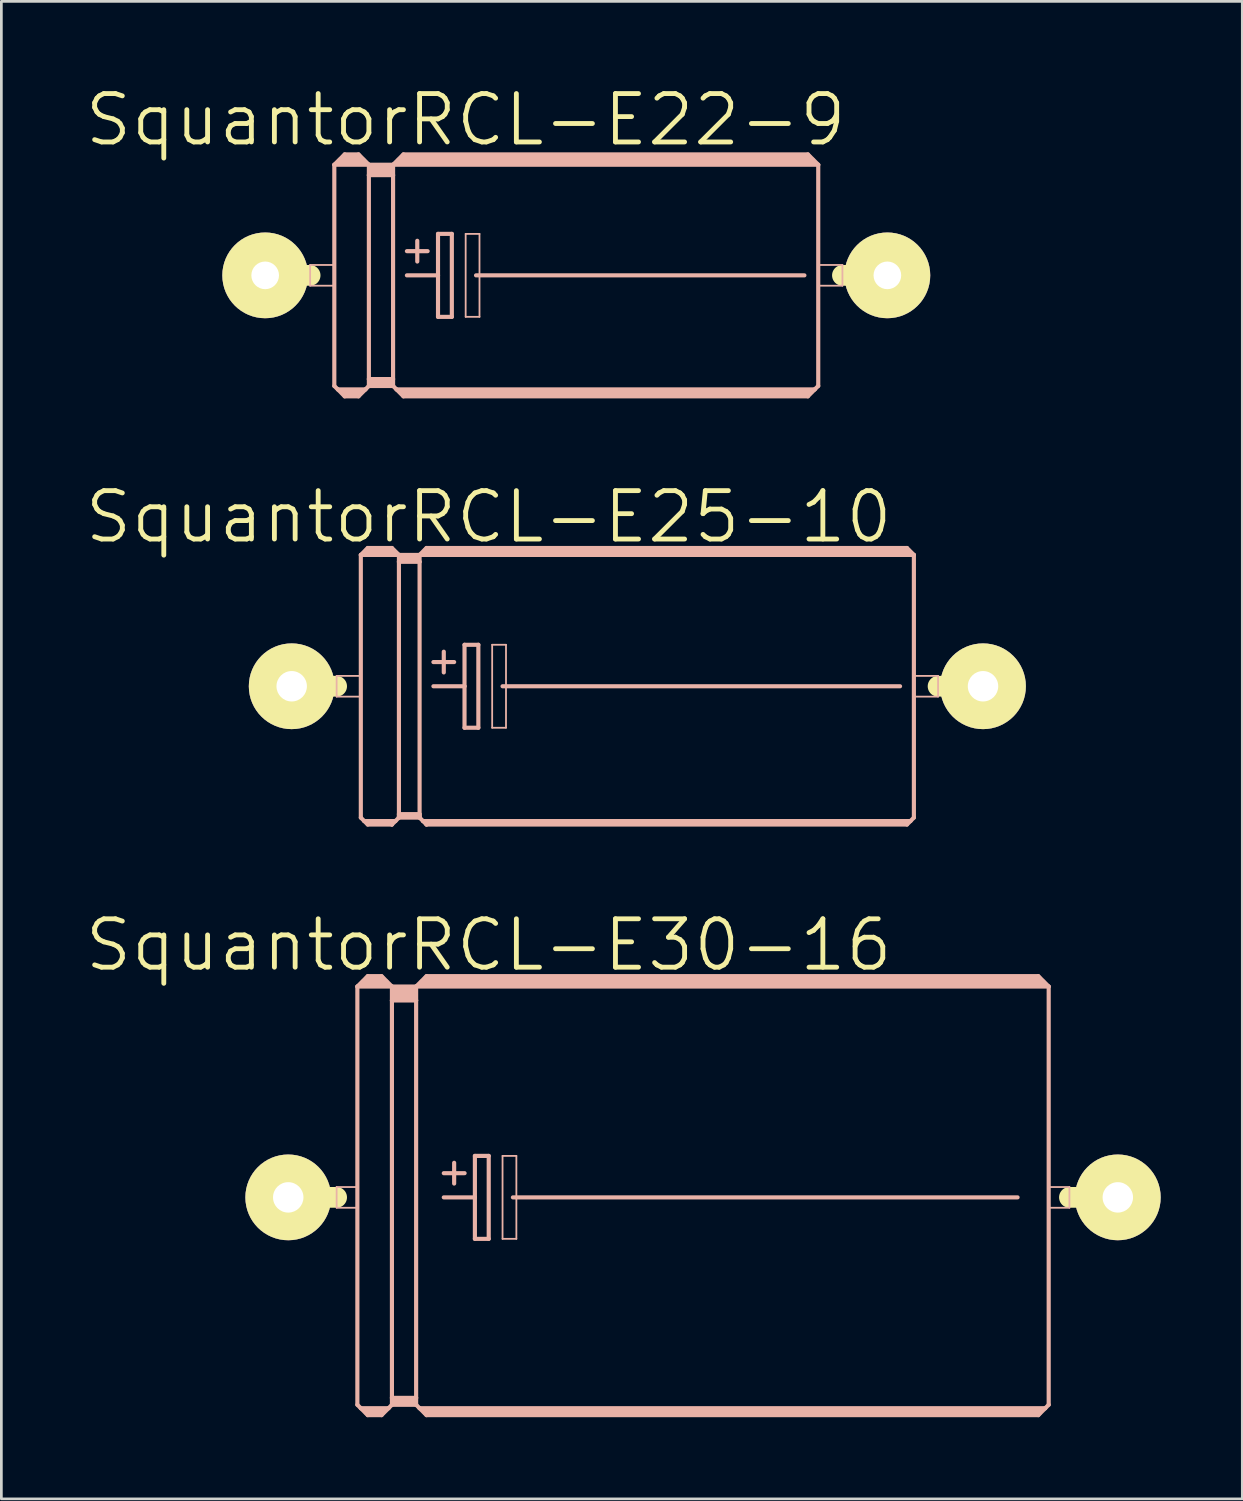
<source format=kicad_pcb>
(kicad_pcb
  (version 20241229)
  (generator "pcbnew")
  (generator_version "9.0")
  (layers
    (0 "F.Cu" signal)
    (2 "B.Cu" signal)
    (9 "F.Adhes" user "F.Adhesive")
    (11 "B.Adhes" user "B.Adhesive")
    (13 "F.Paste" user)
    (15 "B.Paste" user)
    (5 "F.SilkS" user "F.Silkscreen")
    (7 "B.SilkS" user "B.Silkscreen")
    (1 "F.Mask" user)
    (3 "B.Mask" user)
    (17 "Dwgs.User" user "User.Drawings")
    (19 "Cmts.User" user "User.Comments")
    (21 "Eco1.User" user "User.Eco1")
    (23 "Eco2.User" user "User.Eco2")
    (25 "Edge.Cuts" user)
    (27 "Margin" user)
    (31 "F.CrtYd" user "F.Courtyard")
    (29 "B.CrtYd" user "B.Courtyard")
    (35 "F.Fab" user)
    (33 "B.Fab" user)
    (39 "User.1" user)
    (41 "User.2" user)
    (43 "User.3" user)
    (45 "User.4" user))
  (footprint "SquantorRCL-E25-10"
    (layer "F.Cu")
    (at 20.367 22.164)
    (property "Reference" "SquantorRCL-E25-10" (at -5.461 -6.223 0) (layer "F.SilkS") (effects (font (size 1.778 1.778) (thickness 0.178))))
    (attr exclude_from_pos_files exclude_from_bom)
    (fp_line (start -12.7 0) (end -11.049 0) (stroke (width 0.762) (type solid)) (layer "F.SilkS"))
    (fp_line (start 12.7 0) (end 11.049 0) (stroke (width 0.762) (type solid)) (layer "F.SilkS"))
    (fp_line (start -11.049 -0.381) (end -10.16 -0.381) (stroke (width 0.066) (type solid)) (layer "B.SilkS"))
    (fp_line (start -11.049 0.381) (end -11.049 -0.381) (stroke (width 0.066) (type solid)) (layer "B.SilkS"))
    (fp_line (start -11.049 0.381) (end -10.16 0.381) (stroke (width 0.066) (type solid)) (layer "B.SilkS"))
    (fp_line (start -10.16 -4.826) (end -10.16 4.826) (stroke (width 0.152) (type solid)) (layer "B.SilkS"))
    (fp_line (start -10.16 -4.826) (end -9.906 -5.08) (stroke (width 0.152) (type solid)) (layer "B.SilkS"))
    (fp_line (start -10.16 -4.826) (end -8.76 -4.826) (stroke (width 0.152) (type solid)) (layer "B.SilkS"))
    (fp_line (start -10.16 0.381) (end -10.16 -0.381) (stroke (width 0.066) (type solid)) (layer "B.SilkS"))
    (fp_line (start -10.16 4.826) (end -10.033 4.953) (stroke (width 0.152) (type solid)) (layer "B.SilkS"))
    (fp_line (start -10.033 4.953) (end -9.906 5.08) (stroke (width 0.152) (type solid)) (layer "B.SilkS"))
    (fp_line (start -10.033 4.953) (end -8.89 4.953) (stroke (width 0.152) (type solid)) (layer "B.SilkS"))
    (fp_line (start -9.906 -5.08) (end -9.017 -5.08) (stroke (width 0.152) (type solid)) (layer "B.SilkS"))
    (fp_line (start -9.906 -4.953) (end -9.017 -4.953) (stroke (width 0.305) (type solid)) (layer "B.SilkS"))
    (fp_line (start -9.906 5.029) (end -9.017 5.029) (stroke (width 0.152) (type solid)) (layer "B.SilkS"))
    (fp_line (start -9.906 5.08) (end -9.017 5.08) (stroke (width 0.152) (type solid)) (layer "B.SilkS"))
    (fp_line (start -9.017 -5.08) (end -8.76 -4.826) (stroke (width 0.152) (type solid)) (layer "B.SilkS"))
    (fp_line (start -9.017 5.029) (end -9.017 5.08) (stroke (width 0.152) (type solid)) (layer "B.SilkS"))
    (fp_line (start -9.017 5.08) (end -8.89 4.953) (stroke (width 0.152) (type solid)) (layer "B.SilkS"))
    (fp_line (start -8.89 4.953) (end -8.76 4.826) (stroke (width 0.152) (type solid)) (layer "B.SilkS"))
    (fp_line (start -8.76 -4.826) (end -8.76 -4.572) (stroke (width 0.152) (type solid)) (layer "B.SilkS"))
    (fp_line (start -8.76 -4.572) (end -8.001 -4.572) (stroke (width 0.152) (type solid)) (layer "B.SilkS"))
    (fp_line (start -8.76 4.699) (end -8.76 -4.572) (stroke (width 0.152) (type solid)) (layer "B.SilkS"))
    (fp_line (start -8.76 4.699) (end -8.001 4.699) (stroke (width 0.152) (type solid)) (layer "B.SilkS"))
    (fp_line (start -8.76 4.775) (end -8.76 4.699) (stroke (width 0.152) (type solid)) (layer "B.SilkS"))
    (fp_line (start -8.76 4.775) (end -8.001 4.775) (stroke (width 0.152) (type solid)) (layer "B.SilkS"))
    (fp_line (start -8.76 4.826) (end -8.76 4.775) (stroke (width 0.152) (type solid)) (layer "B.SilkS"))
    (fp_line (start -8.636 -4.699) (end -8.128 -4.699) (stroke (width 0.305) (type solid)) (layer "B.SilkS"))
    (fp_line (start -8.001 -4.826) (end -8.76 -4.826) (stroke (width 0.152) (type solid)) (layer "B.SilkS"))
    (fp_line (start -8.001 -4.826) (end -8.001 -4.572) (stroke (width 0.152) (type solid)) (layer "B.SilkS"))
    (fp_line (start -8.001 -4.826) (end 10.16 -4.826) (stroke (width 0.152) (type solid)) (layer "B.SilkS"))
    (fp_line (start -8.001 4.699) (end -8.001 -4.572) (stroke (width 0.152) (type solid)) (layer "B.SilkS"))
    (fp_line (start -8.001 4.775) (end -8.001 4.699) (stroke (width 0.152) (type solid)) (layer "B.SilkS"))
    (fp_line (start -8.001 4.826) (end -8.76 4.826) (stroke (width 0.152) (type solid)) (layer "B.SilkS"))
    (fp_line (start -8.001 4.826) (end -8.001 4.775) (stroke (width 0.152) (type solid)) (layer "B.SilkS"))
    (fp_line (start -7.874 4.953) (end -8.001 4.826) (stroke (width 0.152) (type solid)) (layer "B.SilkS"))
    (fp_line (start -7.874 4.953) (end 10.033 4.953) (stroke (width 0.152) (type solid)) (layer "B.SilkS"))
    (fp_line (start -7.747 -5.08) (end -8.001 -4.826) (stroke (width 0.152) (type solid)) (layer "B.SilkS"))
    (fp_line (start -7.747 -5.08) (end 9.906 -5.08) (stroke (width 0.152) (type solid)) (layer "B.SilkS"))
    (fp_line (start -7.747 -4.953) (end 9.906 -4.953) (stroke (width 0.305) (type solid)) (layer "B.SilkS"))
    (fp_line (start -7.747 5.029) (end 9.906 5.029) (stroke (width 0.152) (type solid)) (layer "B.SilkS"))
    (fp_line (start -7.747 5.08) (end -7.874 4.953) (stroke (width 0.152) (type solid)) (layer "B.SilkS"))
    (fp_line (start -7.747 5.08) (end -7.747 5.029) (stroke (width 0.152) (type solid)) (layer "B.SilkS"))
    (fp_line (start -7.747 5.08) (end 9.906 5.08) (stroke (width 0.152) (type solid)) (layer "B.SilkS"))
    (fp_line (start -7.493 -0.889) (end -6.731 -0.889) (stroke (width 0.152) (type solid)) (layer "B.SilkS"))
    (fp_line (start -7.493 0) (end -6.35 0) (stroke (width 0.152) (type solid)) (layer "B.SilkS"))
    (fp_line (start -7.112 -1.27) (end -7.112 -0.508) (stroke (width 0.152) (type solid)) (layer "B.SilkS"))
    (fp_line (start -6.35 -1.524) (end -6.35 0) (stroke (width 0.152) (type solid)) (layer "B.SilkS"))
    (fp_line (start -6.35 0) (end -6.35 1.524) (stroke (width 0.152) (type solid)) (layer "B.SilkS"))
    (fp_line (start -6.35 1.524) (end -5.842 1.524) (stroke (width 0.152) (type solid)) (layer "B.SilkS"))
    (fp_line (start -5.842 -1.524) (end -6.35 -1.524) (stroke (width 0.152) (type solid)) (layer "B.SilkS"))
    (fp_line (start -5.842 1.524) (end -5.842 -1.524) (stroke (width 0.152) (type solid)) (layer "B.SilkS"))
    (fp_line (start -5.334 -1.524) (end -4.826 -1.524) (stroke (width 0.066) (type solid)) (layer "B.SilkS"))
    (fp_line (start -5.334 1.524) (end -5.334 -1.524) (stroke (width 0.066) (type solid)) (layer "B.SilkS"))
    (fp_line (start -5.334 1.524) (end -4.826 1.524) (stroke (width 0.066) (type solid)) (layer "B.SilkS"))
    (fp_line (start -4.953 0) (end 9.652 0) (stroke (width 0.152) (type solid)) (layer "B.SilkS"))
    (fp_line (start -4.826 1.524) (end -4.826 -1.524) (stroke (width 0.066) (type solid)) (layer "B.SilkS"))
    (fp_line (start 9.906 -5.08) (end 10.16 -4.826) (stroke (width 0.152) (type solid)) (layer "B.SilkS"))
    (fp_line (start 9.906 5.08) (end 10.033 4.953) (stroke (width 0.152) (type solid)) (layer "B.SilkS"))
    (fp_line (start 10.033 4.953) (end 10.16 4.826) (stroke (width 0.152) (type solid)) (layer "B.SilkS"))
    (fp_line (start 10.16 -0.381) (end 11.049 -0.381) (stroke (width 0.066) (type solid)) (layer "B.SilkS"))
    (fp_line (start 10.16 0.381) (end 10.16 -0.381) (stroke (width 0.066) (type solid)) (layer "B.SilkS"))
    (fp_line (start 10.16 0.381) (end 11.049 0.381) (stroke (width 0.066) (type solid)) (layer "B.SilkS"))
    (fp_line (start 10.16 4.826) (end 10.16 -4.826) (stroke (width 0.152) (type solid)) (layer "B.SilkS"))
    (fp_line (start 11.049 0.381) (end 11.049 -0.381) (stroke (width 0.066) (type solid)) (layer "B.SilkS"))
    (pad "+" thru_hole circle (at -12.7 0) (size 3.15 3.15) (drill 1.118) (layers "*.Cu" "F.Mask" "F.SilkS" "F.Paste"))
    (pad "-" thru_hole circle (at 12.7 0) (size 3.15 3.15) (drill 1.118) (layers "*.Cu" "F.Mask" "F.SilkS" "F.Paste")))
  (footprint "SquantorRCL-E22-9"
    (layer "F.Cu")
    (at 18.123 7.067)
    (property "Reference" "SquantorRCL-E22-9" (at -4.064 -5.715 0) (layer "F.SilkS") (effects (font (size 1.778 1.778) (thickness 0.178))))
    (attr exclude_from_pos_files exclude_from_bom)
    (fp_line (start -11.43 0) (end -9.779 0) (stroke (width 0.762) (type solid)) (layer "F.SilkS"))
    (fp_line (start 11.43 0) (end 9.779 0) (stroke (width 0.762) (type solid)) (layer "F.SilkS"))
    (fp_line (start -9.779 -0.381) (end -8.89 -0.381) (stroke (width 0.066) (type solid)) (layer "B.SilkS"))
    (fp_line (start -9.779 0.381) (end -9.779 -0.381) (stroke (width 0.066) (type solid)) (layer "B.SilkS"))
    (fp_line (start -9.779 0.381) (end -8.89 0.381) (stroke (width 0.066) (type solid)) (layer "B.SilkS"))
    (fp_line (start -8.89 -4.064) (end -8.89 4.064) (stroke (width 0.152) (type solid)) (layer "B.SilkS"))
    (fp_line (start -8.89 -4.064) (end -8.509 -4.445) (stroke (width 0.152) (type solid)) (layer "B.SilkS"))
    (fp_line (start -8.89 -4.064) (end -7.62 -4.064) (stroke (width 0.152) (type solid)) (layer "B.SilkS"))
    (fp_line (start -8.89 0.381) (end -8.89 -0.381) (stroke (width 0.066) (type solid)) (layer "B.SilkS"))
    (fp_line (start -8.89 4.064) (end -8.76 4.191) (stroke (width 0.152) (type solid)) (layer "B.SilkS"))
    (fp_line (start -8.76 4.191) (end -8.509 4.445) (stroke (width 0.152) (type solid)) (layer "B.SilkS"))
    (fp_line (start -8.76 4.191) (end -7.747 4.191) (stroke (width 0.152) (type solid)) (layer "B.SilkS"))
    (fp_line (start -8.636 -4.191) (end -7.874 -4.191) (stroke (width 0.305) (type solid)) (layer "B.SilkS"))
    (fp_line (start -8.509 -4.445) (end -8.001 -4.445) (stroke (width 0.152) (type solid)) (layer "B.SilkS"))
    (fp_line (start -8.509 -4.318) (end -8.001 -4.318) (stroke (width 0.305) (type solid)) (layer "B.SilkS"))
    (fp_line (start -8.509 4.318) (end -8.001 4.318) (stroke (width 0.254) (type solid)) (layer "B.SilkS"))
    (fp_line (start -8.509 4.445) (end -8.001 4.445) (stroke (width 0.152) (type solid)) (layer "B.SilkS"))
    (fp_line (start -7.747 4.191) (end -8.001 4.445) (stroke (width 0.152) (type solid)) (layer "B.SilkS"))
    (fp_line (start -7.62 -4.064) (end -8.001 -4.445) (stroke (width 0.152) (type solid)) (layer "B.SilkS"))
    (fp_line (start -7.62 -4.064) (end -7.62 -3.683) (stroke (width 0.152) (type solid)) (layer "B.SilkS"))
    (fp_line (start -7.62 -4.064) (end -6.731 -4.064) (stroke (width 0.152) (type solid)) (layer "B.SilkS"))
    (fp_line (start -7.62 -3.683) (end -6.731 -3.683) (stroke (width 0.152) (type solid)) (layer "B.SilkS"))
    (fp_line (start -7.62 3.81) (end -7.62 -3.683) (stroke (width 0.152) (type solid)) (layer "B.SilkS"))
    (fp_line (start -7.62 3.81) (end -6.731 3.81) (stroke (width 0.152) (type solid)) (layer "B.SilkS"))
    (fp_line (start -7.62 4.064) (end -7.747 4.191) (stroke (width 0.152) (type solid)) (layer "B.SilkS"))
    (fp_line (start -7.62 4.064) (end -7.62 3.81) (stroke (width 0.152) (type solid)) (layer "B.SilkS"))
    (fp_line (start -7.62 4.064) (end -6.731 4.064) (stroke (width 0.152) (type solid)) (layer "B.SilkS"))
    (fp_line (start -7.493 -3.937) (end -6.858 -3.937) (stroke (width 0.305) (type solid)) (layer "B.SilkS"))
    (fp_line (start -7.493 -3.81) (end -6.858 -3.81) (stroke (width 0.305) (type solid)) (layer "B.SilkS"))
    (fp_line (start -7.493 3.937) (end -6.858 3.937) (stroke (width 0.254) (type solid)) (layer "B.SilkS"))
    (fp_line (start -6.731 -4.064) (end -6.731 -3.683) (stroke (width 0.152) (type solid)) (layer "B.SilkS"))
    (fp_line (start -6.731 -4.064) (end 8.89 -4.064) (stroke (width 0.152) (type solid)) (layer "B.SilkS"))
    (fp_line (start -6.731 -3.683) (end -6.731 3.81) (stroke (width 0.152) (type solid)) (layer "B.SilkS"))
    (fp_line (start -6.731 3.81) (end -6.731 4.064) (stroke (width 0.152) (type solid)) (layer "B.SilkS"))
    (fp_line (start -6.604 4.191) (end -6.731 4.064) (stroke (width 0.152) (type solid)) (layer "B.SilkS"))
    (fp_line (start -6.604 4.191) (end 8.76 4.191) (stroke (width 0.152) (type solid)) (layer "B.SilkS"))
    (fp_line (start -6.477 -4.191) (end 8.636 -4.191) (stroke (width 0.305) (type solid)) (layer "B.SilkS"))
    (fp_line (start -6.35 -4.445) (end -6.731 -4.064) (stroke (width 0.152) (type solid)) (layer "B.SilkS"))
    (fp_line (start -6.35 -4.445) (end 8.509 -4.445) (stroke (width 0.152) (type solid)) (layer "B.SilkS"))
    (fp_line (start -6.35 -4.318) (end 8.509 -4.318) (stroke (width 0.305) (type solid)) (layer "B.SilkS"))
    (fp_line (start -6.35 4.318) (end 8.509 4.318) (stroke (width 0.254) (type solid)) (layer "B.SilkS"))
    (fp_line (start -6.35 4.445) (end -6.604 4.191) (stroke (width 0.152) (type solid)) (layer "B.SilkS"))
    (fp_line (start -6.35 4.445) (end 8.509 4.445) (stroke (width 0.152) (type solid)) (layer "B.SilkS"))
    (fp_line (start -6.223 -0.889) (end -5.461 -0.889) (stroke (width 0.152) (type solid)) (layer "B.SilkS"))
    (fp_line (start -6.223 0) (end -5.08 0) (stroke (width 0.152) (type solid)) (layer "B.SilkS"))
    (fp_line (start -5.842 -1.27) (end -5.842 -0.508) (stroke (width 0.152) (type solid)) (layer "B.SilkS"))
    (fp_line (start -5.08 -1.524) (end -5.08 0) (stroke (width 0.152) (type solid)) (layer "B.SilkS"))
    (fp_line (start -5.08 0) (end -5.08 1.524) (stroke (width 0.152) (type solid)) (layer "B.SilkS"))
    (fp_line (start -5.08 1.524) (end -4.572 1.524) (stroke (width 0.152) (type solid)) (layer "B.SilkS"))
    (fp_line (start -4.572 -1.524) (end -5.08 -1.524) (stroke (width 0.152) (type solid)) (layer "B.SilkS"))
    (fp_line (start -4.572 1.524) (end -4.572 -1.524) (stroke (width 0.152) (type solid)) (layer "B.SilkS"))
    (fp_line (start -4.064 -1.524) (end -3.556 -1.524) (stroke (width 0.066) (type solid)) (layer "B.SilkS"))
    (fp_line (start -4.064 1.524) (end -4.064 -1.524) (stroke (width 0.066) (type solid)) (layer "B.SilkS"))
    (fp_line (start -4.064 1.524) (end -3.556 1.524) (stroke (width 0.066) (type solid)) (layer "B.SilkS"))
    (fp_line (start -3.683 0) (end 8.382 0) (stroke (width 0.152) (type solid)) (layer "B.SilkS"))
    (fp_line (start -3.556 1.524) (end -3.556 -1.524) (stroke (width 0.066) (type solid)) (layer "B.SilkS"))
    (fp_line (start 8.509 -4.445) (end 8.89 -4.064) (stroke (width 0.152) (type solid)) (layer "B.SilkS"))
    (fp_line (start 8.509 4.445) (end 8.76 4.191) (stroke (width 0.152) (type solid)) (layer "B.SilkS"))
    (fp_line (start 8.76 4.191) (end 8.89 4.064) (stroke (width 0.152) (type solid)) (layer "B.SilkS"))
    (fp_line (start 8.89 -4.064) (end 8.89 4.064) (stroke (width 0.152) (type solid)) (layer "B.SilkS"))
    (fp_line (start 8.89 -0.381) (end 9.779 -0.381) (stroke (width 0.066) (type solid)) (layer "B.SilkS"))
    (fp_line (start 8.89 0.381) (end 8.89 -0.381) (stroke (width 0.066) (type solid)) (layer "B.SilkS"))
    (fp_line (start 8.89 0.381) (end 9.779 0.381) (stroke (width 0.066) (type solid)) (layer "B.SilkS"))
    (fp_line (start 9.779 0.381) (end 9.779 -0.381) (stroke (width 0.066) (type solid)) (layer "B.SilkS"))
    (pad "+" thru_hole circle (at -11.43 0) (size 3.15 3.15) (drill 1.016) (layers "*.Cu" "F.Mask" "F.SilkS" "F.Paste"))
    (pad "-" thru_hole circle (at 11.43 0) (size 3.15 3.15) (drill 1.016) (layers "*.Cu" "F.Mask" "F.SilkS" "F.Paste")))
  (footprint "SquantorRCL-E30-16"
    (layer "F.Cu")
    (at 22.78 40.943)
    (property "Reference" "SquantorRCL-E30-16" (at -7.874 -9.271 0) (layer "F.SilkS") (effects (font (size 1.778 1.778) (thickness 0.178))))
    (attr exclude_from_pos_files exclude_from_bom)
    (fp_line (start -15.24 0) (end -13.462 0) (stroke (width 0.762) (type solid)) (layer "F.SilkS"))
    (fp_line (start 15.24 0) (end 13.462 0) (stroke (width 0.762) (type solid)) (layer "F.SilkS"))
    (fp_line (start -13.462 -0.381) (end -12.7 -0.381) (stroke (width 0.066) (type solid)) (layer "B.SilkS"))
    (fp_line (start -13.462 0.381) (end -13.462 -0.381) (stroke (width 0.066) (type solid)) (layer "B.SilkS"))
    (fp_line (start -13.462 0.381) (end -12.7 0.381) (stroke (width 0.066) (type solid)) (layer "B.SilkS"))
    (fp_line (start -12.7 -7.747) (end -12.7 7.62) (stroke (width 0.152) (type solid)) (layer "B.SilkS"))
    (fp_line (start -12.7 -7.747) (end -12.319 -8.128) (stroke (width 0.152) (type solid)) (layer "B.SilkS"))
    (fp_line (start -12.7 -7.747) (end -11.43 -7.747) (stroke (width 0.152) (type solid)) (layer "B.SilkS"))
    (fp_line (start -12.7 0.381) (end -12.7 -0.381) (stroke (width 0.066) (type solid)) (layer "B.SilkS"))
    (fp_line (start -12.7 7.62) (end -12.573 7.747) (stroke (width 0.152) (type solid)) (layer "B.SilkS"))
    (fp_line (start -12.573 7.747) (end -12.319 8.001) (stroke (width 0.152) (type solid)) (layer "B.SilkS"))
    (fp_line (start -12.573 7.747) (end -11.557 7.747) (stroke (width 0.152) (type solid)) (layer "B.SilkS"))
    (fp_line (start -12.446 -7.874) (end -11.684 -7.874) (stroke (width 0.305) (type solid)) (layer "B.SilkS"))
    (fp_line (start -12.319 -8.128) (end -11.811 -8.128) (stroke (width 0.152) (type solid)) (layer "B.SilkS"))
    (fp_line (start -12.319 -8.001) (end -11.811 -8.001) (stroke (width 0.305) (type solid)) (layer "B.SilkS"))
    (fp_line (start -12.319 7.874) (end -11.811 7.874) (stroke (width 0.305) (type solid)) (layer "B.SilkS"))
    (fp_line (start -12.319 8.001) (end -11.811 8.001) (stroke (width 0.152) (type solid)) (layer "B.SilkS"))
    (fp_line (start -11.557 7.747) (end -11.811 8.001) (stroke (width 0.152) (type solid)) (layer "B.SilkS"))
    (fp_line (start -11.43 -7.747) (end -11.811 -8.128) (stroke (width 0.152) (type solid)) (layer "B.SilkS"))
    (fp_line (start -11.43 -7.747) (end -11.43 -7.236) (stroke (width 0.152) (type solid)) (layer "B.SilkS"))
    (fp_line (start -11.43 -7.747) (end -10.541 -7.747) (stroke (width 0.152) (type solid)) (layer "B.SilkS"))
    (fp_line (start -11.43 -7.236) (end -11.43 7.366) (stroke (width 0.152) (type solid)) (layer "B.SilkS"))
    (fp_line (start -11.43 -7.236) (end -10.541 -7.236) (stroke (width 0.152) (type solid)) (layer "B.SilkS"))
    (fp_line (start -11.43 7.366) (end -11.43 7.62) (stroke (width 0.152) (type solid)) (layer "B.SilkS"))
    (fp_line (start -11.43 7.366) (end -10.541 7.366) (stroke (width 0.152) (type solid)) (layer "B.SilkS"))
    (fp_line (start -11.43 7.62) (end -11.557 7.747) (stroke (width 0.152) (type solid)) (layer "B.SilkS"))
    (fp_line (start -11.43 7.62) (end -10.541 7.62) (stroke (width 0.152) (type solid)) (layer "B.SilkS"))
    (fp_line (start -11.303 -7.62) (end -10.668 -7.62) (stroke (width 0.305) (type solid)) (layer "B.SilkS"))
    (fp_line (start -11.303 -7.366) (end -10.668 -7.366) (stroke (width 0.305) (type solid)) (layer "B.SilkS"))
    (fp_line (start -11.303 7.493) (end -10.668 7.493) (stroke (width 0.305) (type solid)) (layer "B.SilkS"))
    (fp_line (start -10.541 -7.747) (end -10.541 -7.236) (stroke (width 0.152) (type solid)) (layer "B.SilkS"))
    (fp_line (start -10.541 -7.747) (end -10.16 -8.128) (stroke (width 0.152) (type solid)) (layer "B.SilkS"))
    (fp_line (start -10.541 -7.747) (end 12.7 -7.747) (stroke (width 0.152) (type solid)) (layer "B.SilkS"))
    (fp_line (start -10.541 -7.236) (end -10.541 7.366) (stroke (width 0.152) (type solid)) (layer "B.SilkS"))
    (fp_line (start -10.541 7.366) (end -10.541 7.62) (stroke (width 0.152) (type solid)) (layer "B.SilkS"))
    (fp_line (start -10.414 7.747) (end -10.541 7.62) (stroke (width 0.152) (type solid)) (layer "B.SilkS"))
    (fp_line (start -10.414 7.747) (end 12.573 7.747) (stroke (width 0.152) (type solid)) (layer "B.SilkS"))
    (fp_line (start -10.287 -7.874) (end 12.446 -7.874) (stroke (width 0.305) (type solid)) (layer "B.SilkS"))
    (fp_line (start -10.16 -8.001) (end 12.319 -8.001) (stroke (width 0.305) (type solid)) (layer "B.SilkS"))
    (fp_line (start -10.16 7.874) (end 12.319 7.874) (stroke (width 0.305) (type solid)) (layer "B.SilkS"))
    (fp_line (start -10.16 8.001) (end -10.414 7.747) (stroke (width 0.152) (type solid)) (layer "B.SilkS"))
    (fp_line (start -9.525 -0.889) (end -8.76 -0.889) (stroke (width 0.152) (type solid)) (layer "B.SilkS"))
    (fp_line (start -9.525 0) (end -8.382 0) (stroke (width 0.152) (type solid)) (layer "B.SilkS"))
    (fp_line (start -9.144 -1.27) (end -9.144 -0.508) (stroke (width 0.152) (type solid)) (layer "B.SilkS"))
    (fp_line (start -8.382 -1.524) (end -8.382 0) (stroke (width 0.152) (type solid)) (layer "B.SilkS"))
    (fp_line (start -8.382 0) (end -8.382 1.524) (stroke (width 0.152) (type solid)) (layer "B.SilkS"))
    (fp_line (start -8.382 1.524) (end -7.874 1.524) (stroke (width 0.152) (type solid)) (layer "B.SilkS"))
    (fp_line (start -7.874 -1.524) (end -8.382 -1.524) (stroke (width 0.152) (type solid)) (layer "B.SilkS"))
    (fp_line (start -7.874 1.524) (end -7.874 -1.524) (stroke (width 0.152) (type solid)) (layer "B.SilkS"))
    (fp_line (start -7.366 -1.524) (end -6.858 -1.524) (stroke (width 0.066) (type solid)) (layer "B.SilkS"))
    (fp_line (start -7.366 1.524) (end -7.366 -1.524) (stroke (width 0.066) (type solid)) (layer "B.SilkS"))
    (fp_line (start -7.366 1.524) (end -6.858 1.524) (stroke (width 0.066) (type solid)) (layer "B.SilkS"))
    (fp_line (start -6.985 0) (end 11.557 0) (stroke (width 0.152) (type solid)) (layer "B.SilkS"))
    (fp_line (start -6.858 1.524) (end -6.858 -1.524) (stroke (width 0.066) (type solid)) (layer "B.SilkS"))
    (fp_line (start 12.319 -8.128) (end -10.16 -8.128) (stroke (width 0.152) (type solid)) (layer "B.SilkS"))
    (fp_line (start 12.319 8.001) (end -10.16 8.001) (stroke (width 0.152) (type solid)) (layer "B.SilkS"))
    (fp_line (start 12.573 7.747) (end 12.319 8.001) (stroke (width 0.152) (type solid)) (layer "B.SilkS"))
    (fp_line (start 12.7 -7.747) (end 12.319 -8.128) (stroke (width 0.152) (type solid)) (layer "B.SilkS"))
    (fp_line (start 12.7 -7.747) (end 12.7 7.62) (stroke (width 0.152) (type solid)) (layer "B.SilkS"))
    (fp_line (start 12.7 -0.381) (end 13.462 -0.381) (stroke (width 0.066) (type solid)) (layer "B.SilkS"))
    (fp_line (start 12.7 0.381) (end 12.7 -0.381) (stroke (width 0.066) (type solid)) (layer "B.SilkS"))
    (fp_line (start 12.7 0.381) (end 13.462 0.381) (stroke (width 0.066) (type solid)) (layer "B.SilkS"))
    (fp_line (start 12.7 7.62) (end 12.573 7.747) (stroke (width 0.152) (type solid)) (layer "B.SilkS"))
    (fp_line (start 13.462 0.381) (end 13.462 -0.381) (stroke (width 0.066) (type solid)) (layer "B.SilkS"))
    (pad "+" thru_hole circle (at -15.24 0) (size 3.15 3.15) (drill 1.118) (layers "*.Cu" "F.Mask" "F.SilkS" "F.Paste"))
    (pad "-" thru_hole circle (at 15.24 0) (size 3.15 3.15) (drill 1.118) (layers "*.Cu" "F.Mask" "F.SilkS" "F.Paste")))
  (gr_rect
    (start -3 -3)
    (end 42.594 52.02)
    (stroke (width 0.1) (type default))
    (fill no)
    (layer "Edge.Cuts")))
</source>
